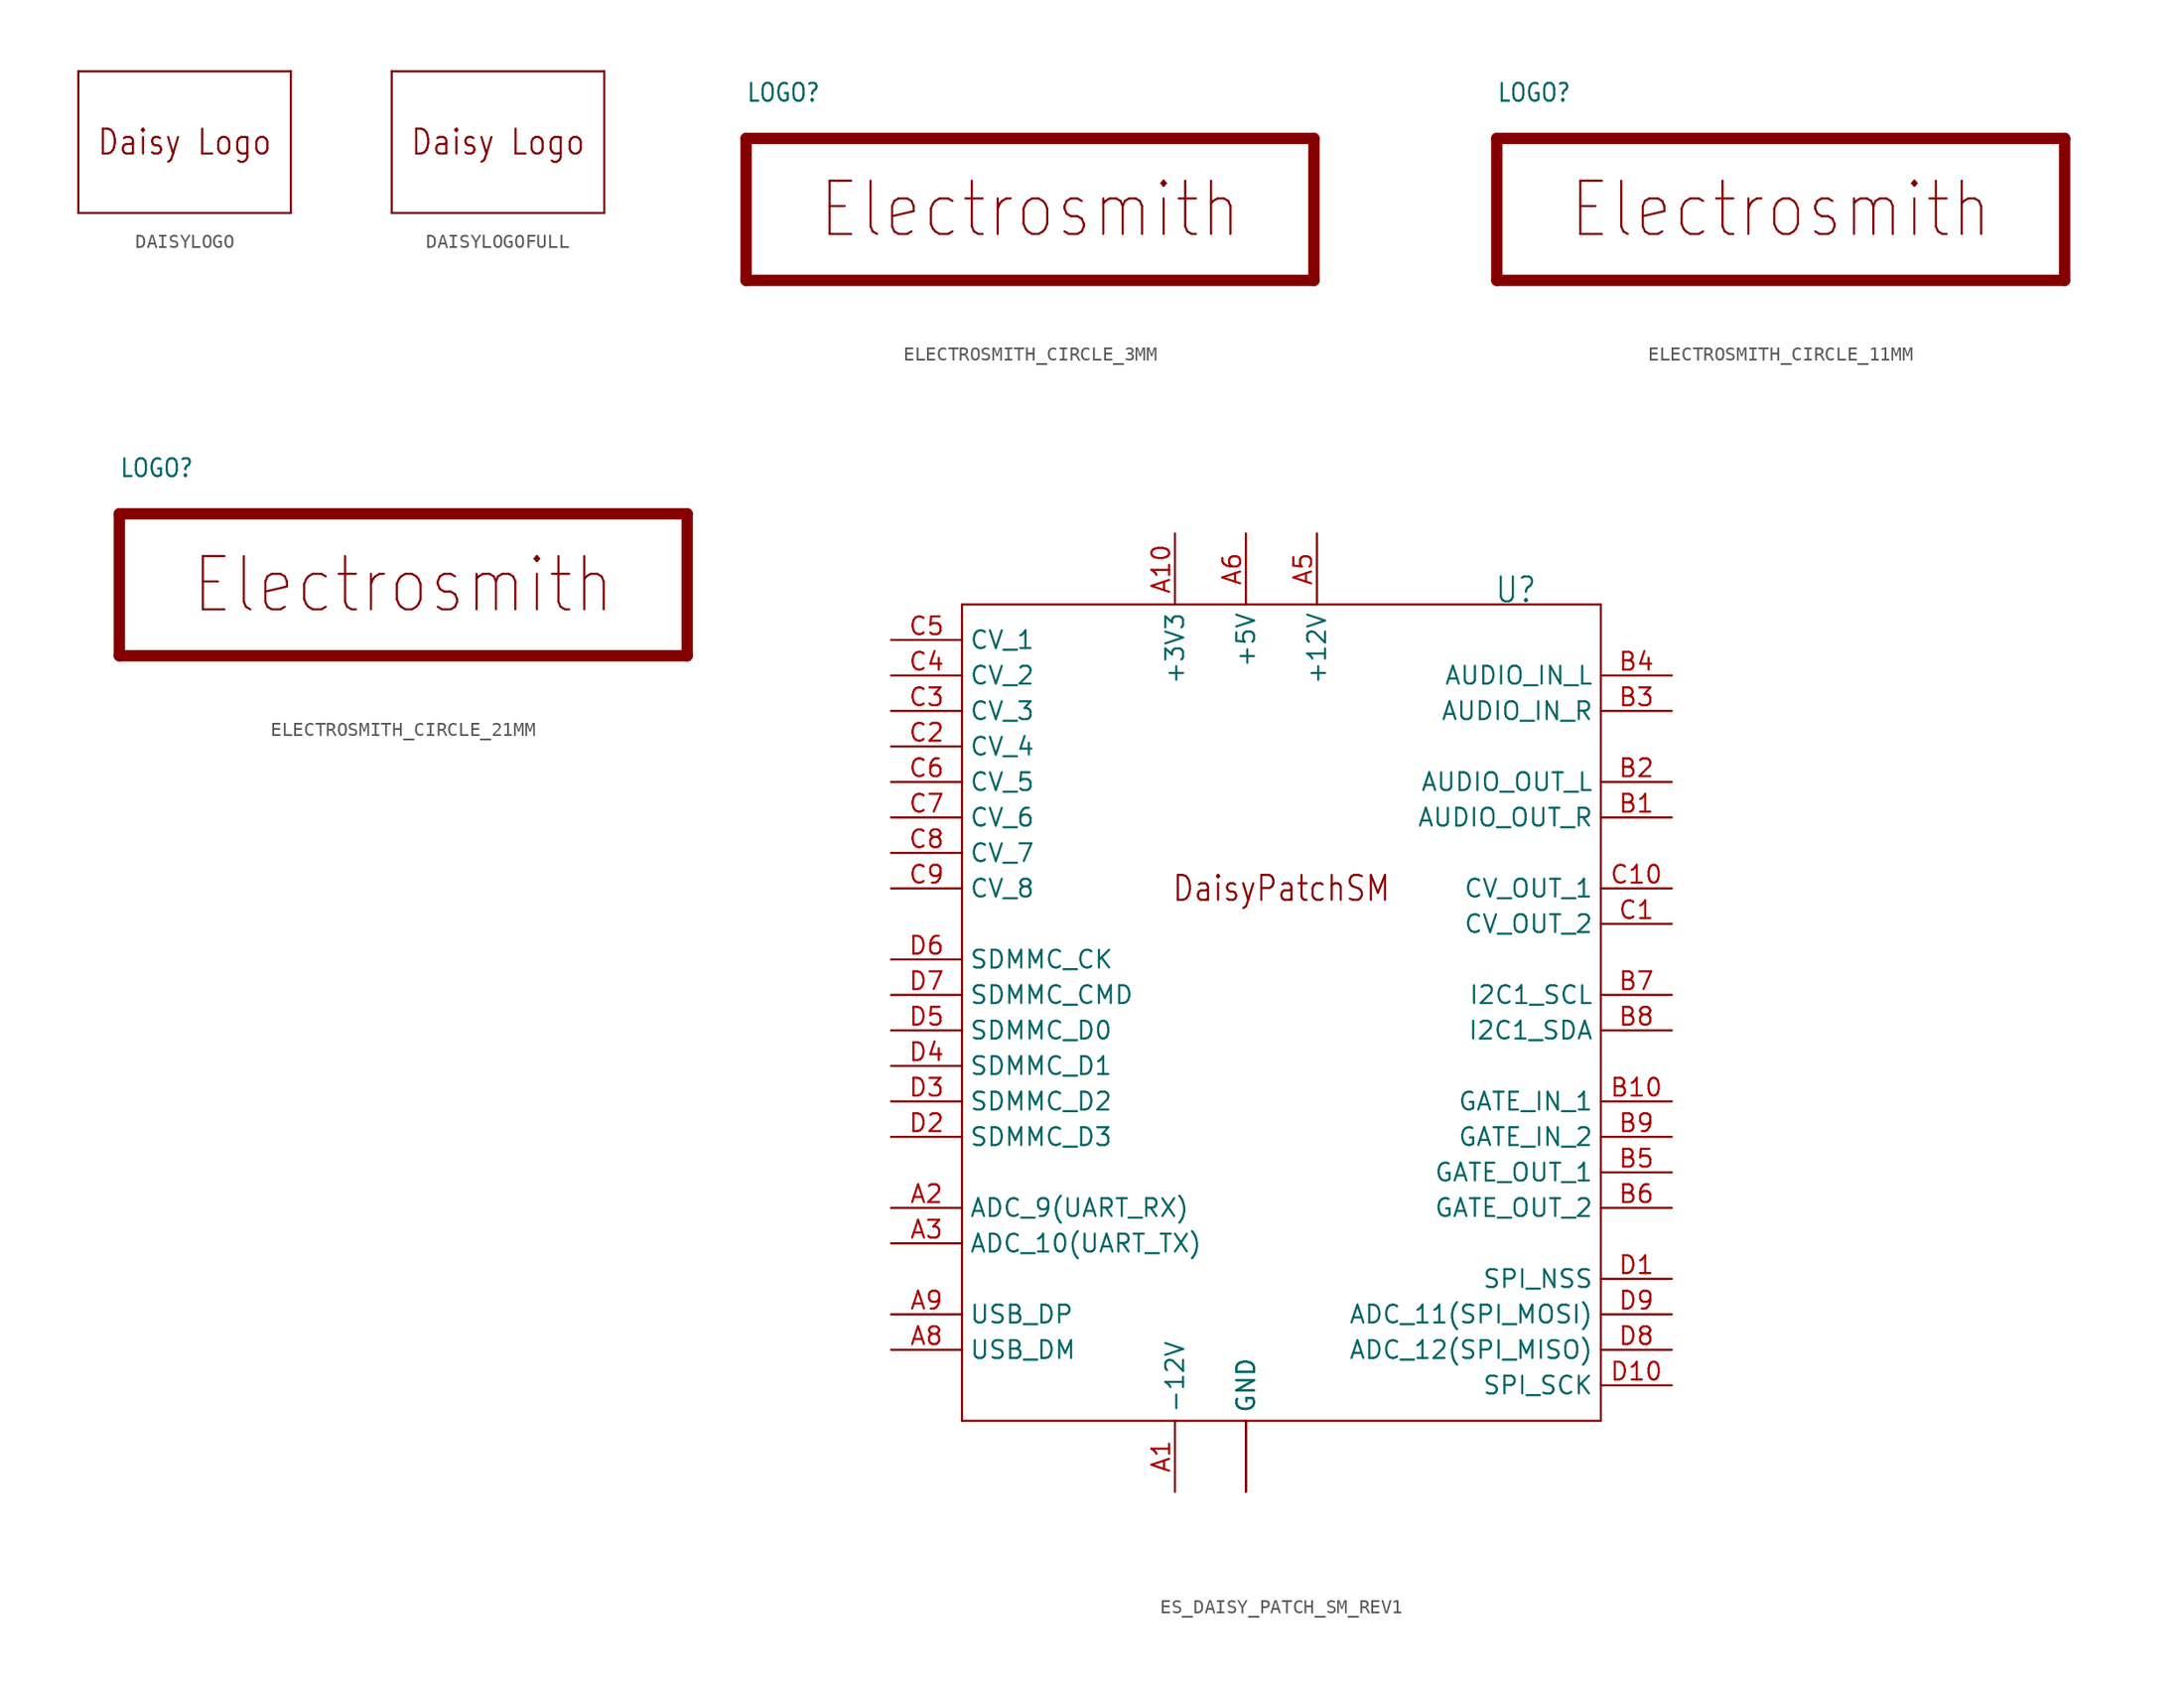
<source format=kicad_sym>
(kicad_symbol_lib
  (version 20231120)
  (generator "kicad_symbol_editor")
  (generator_version "8.0")
  (symbol "DAISYLOGO"
    (property "Reference" ""
      (at 0 0 0)
      (effects (font (size 1.27 1.27)) (hide yes)))
    (property "ki_locked" ""
      (at 0 0 0)
      (effects (font (size 1.27 1.27))))
    (symbol "DAISYLOGO_1_0"
      (polyline (pts (xy -7.62 -5.08) (xy 7.62 -5.08)) (stroke (width 0.152) (type solid)) (fill (type none)))
      (polyline (pts (xy -7.62 5.08) (xy -7.62 -5.08)) (stroke (width 0.152) (type solid)) (fill (type none)))
      (polyline (pts (xy 7.62 -5.08) (xy 7.62 5.08)) (stroke (width 0.152) (type solid)) (fill (type none)))
      (polyline (pts (xy 7.62 5.08) (xy -7.62 5.08)) (stroke (width 0.152) (type solid)) (fill (type none)))
      (text "Daisy Logo" (at 0 0 0) (effects (font (size 1.778 1.511))))))
  (symbol "DAISYLOGOFULL"
    (property "Reference" ""
      (at 0 0 0)
      (effects (font (size 1.27 1.27)) (hide yes)))
    (property "ki_locked" ""
      (at 0 0 0)
      (effects (font (size 1.27 1.27))))
    (symbol "DAISYLOGOFULL_1_0"
      (polyline (pts (xy -7.62 -5.08) (xy 7.62 -5.08)) (stroke (width 0.152) (type solid)) (fill (type none)))
      (polyline (pts (xy -7.62 5.08) (xy -7.62 -5.08)) (stroke (width 0.152) (type solid)) (fill (type none)))
      (polyline (pts (xy 7.62 -5.08) (xy 7.62 5.08)) (stroke (width 0.152) (type solid)) (fill (type none)))
      (polyline (pts (xy 7.62 5.08) (xy -7.62 5.08)) (stroke (width 0.152) (type solid)) (fill (type none)))
      (text "Daisy Logo" (at 0 0 0) (effects (font (size 1.778 1.511))))))
  (symbol "ELECTROSMITH_CIRCLE_3MM"
    (property "Reference" "LOGO"
      (at -20.32 7.62 0)
      (effects (font (size 1.27 1.079)) (justify left bottom)))
    (property "Value" ""
      (at -20.32 -7.62 0)
      (effects (font (size 1.27 1.079)) (justify left bottom)))
    (property "ki_locked" ""
      (at 0 0 0)
      (effects (font (size 1.27 1.27))))
    (symbol "ELECTROSMITH_CIRCLE_3MM_1_0"
      (polyline (pts (xy -20.32 -5.08) (xy -20.32 5.08)) (stroke (width 0.813) (type solid)) (fill (type none)))
      (polyline (pts (xy -20.32 5.08) (xy 20.32 5.08)) (stroke (width 0.813) (type solid)) (fill (type none)))
      (polyline (pts (xy 20.32 -5.08) (xy -20.32 -5.08)) (stroke (width 0.813) (type solid)) (fill (type none)))
      (polyline (pts (xy 20.32 5.08) (xy 20.32 -5.08)) (stroke (width 0.813) (type solid)) (fill (type none)))
      (text "Electrosmith" (at 0 0 0) (effects (font (size 3.81 3.239))))))
  (symbol "ELECTROSMITH_CIRCLE_11MM"
    (property "Reference" "LOGO"
      (at -20.32 7.62 0)
      (effects (font (size 1.27 1.079)) (justify left bottom)))
    (property "Value" ""
      (at -20.32 -7.62 0)
      (effects (font (size 1.27 1.079)) (justify left bottom)))
    (property "ki_locked" ""
      (at 0 0 0)
      (effects (font (size 1.27 1.27))))
    (symbol "ELECTROSMITH_CIRCLE_11MM_1_0"
      (polyline (pts (xy -20.32 -5.08) (xy -20.32 5.08)) (stroke (width 0.813) (type solid)) (fill (type none)))
      (polyline (pts (xy -20.32 5.08) (xy 20.32 5.08)) (stroke (width 0.813) (type solid)) (fill (type none)))
      (polyline (pts (xy 20.32 -5.08) (xy -20.32 -5.08)) (stroke (width 0.813) (type solid)) (fill (type none)))
      (polyline (pts (xy 20.32 5.08) (xy 20.32 -5.08)) (stroke (width 0.813) (type solid)) (fill (type none)))
      (text "Electrosmith" (at 0 0 0) (effects (font (size 3.81 3.239))))))
  (symbol "ELECTROSMITH_CIRCLE_21MM"
    (property "Reference" "LOGO"
      (at -20.32 7.62 0)
      (effects (font (size 1.27 1.079)) (justify left bottom)))
    (property "Value" ""
      (at -20.32 -7.62 0)
      (effects (font (size 1.27 1.079)) (justify left bottom)))
    (property "ki_locked" ""
      (at 0 0 0)
      (effects (font (size 1.27 1.27))))
    (symbol "ELECTROSMITH_CIRCLE_21MM_1_0"
      (polyline (pts (xy -20.32 -5.08) (xy -20.32 5.08)) (stroke (width 0.813) (type solid)) (fill (type none)))
      (polyline (pts (xy -20.32 5.08) (xy 20.32 5.08)) (stroke (width 0.813) (type solid)) (fill (type none)))
      (polyline (pts (xy 20.32 -5.08) (xy -20.32 -5.08)) (stroke (width 0.813) (type solid)) (fill (type none)))
      (polyline (pts (xy 20.32 5.08) (xy 20.32 -5.08)) (stroke (width 0.813) (type solid)) (fill (type none)))
      (text "Electrosmith" (at 0 0 0) (effects (font (size 3.81 3.239))))))
  (symbol "ES_DAISY_PATCH_SM_REV1"
    (property "Reference" "U"
      (at 15.24 27.94 0)
      (effects (font (size 1.778 1.511)) (justify left bottom)))
    (property "ki_locked" ""
      (at 0 0 0)
      (effects (font (size 1.27 1.27))))
    (symbol "ES_DAISY_PATCH_SM_REV1_1_0"
      (polyline (pts (xy -22.86 -30.48) (xy 22.86 -30.48)) (stroke (width 0.152) (type solid)) (fill (type none)))
      (polyline (pts (xy -22.86 27.94) (xy -22.86 -30.48)) (stroke (width 0.152) (type solid)) (fill (type none)))
      (polyline (pts (xy 22.86 -30.48) (xy 22.86 27.94)) (stroke (width 0.152) (type solid)) (fill (type none)))
      (polyline (pts (xy 22.86 27.94) (xy -22.86 27.94)) (stroke (width 0.152) (type solid)) (fill (type none)))
      (text "DaisyPatchSM" (at 0 7.62 0) (effects (font (size 1.778 1.511))))
      (pin bidirectional line (at -7.62 -35.56 90) (length 5.08) (name "-12V" (effects (font (size 1.27 1.27)))) (number "A1" (effects (font (size 1.27 1.27)))))
      (pin bidirectional line (at -7.62 33.02 270) (length 5.08) (name "+3V3" (effects (font (size 1.27 1.27)))) (number "A10" (effects (font (size 1.27 1.27)))))
      (pin bidirectional line (at -27.94 -15.24 0) (length 5.08) (name "ADC_9(UART_RX)" (effects (font (size 1.27 1.27)))) (number "A2" (effects (font (size 1.27 1.27)))))
      (pin bidirectional line (at -27.94 -17.78 0) (length 5.08) (name "ADC_10(UART_TX)" (effects (font (size 1.27 1.27)))) (number "A3" (effects (font (size 1.27 1.27)))))
      (pin bidirectional line (at -2.54 -35.56 90) (length 5.08) (name "GND" (effects (font (size 1.27 1.27)))) (number "A4" (effects (font (size 0 0)))))
      (pin bidirectional line (at 2.54 33.02 270) (length 5.08) (name "+12V" (effects (font (size 1.27 1.27)))) (number "A5" (effects (font (size 1.27 1.27)))))
      (pin bidirectional line (at -2.54 33.02 270) (length 5.08) (name "+5V" (effects (font (size 1.27 1.27)))) (number "A6" (effects (font (size 1.27 1.27)))))
      (pin bidirectional line (at -2.54 -35.56 90) (length 5.08) (name "GND" (effects (font (size 1.27 1.27)))) (number "A7" (effects (font (size 0 0)))))
      (pin bidirectional line (at -27.94 -25.4 0) (length 5.08) (name "USB_DM" (effects (font (size 1.27 1.27)))) (number "A8" (effects (font (size 1.27 1.27)))))
      (pin bidirectional line (at -27.94 -22.86 0) (length 5.08) (name "USB_DP" (effects (font (size 1.27 1.27)))) (number "A9" (effects (font (size 1.27 1.27)))))
      (pin bidirectional line (at 27.94 12.7 180) (length 5.08) (name "AUDIO_OUT_R" (effects (font (size 1.27 1.27)))) (number "B1" (effects (font (size 1.27 1.27)))))
      (pin bidirectional line (at 27.94 -7.62 180) (length 5.08) (name "GATE_IN_1" (effects (font (size 1.27 1.27)))) (number "B10" (effects (font (size 1.27 1.27)))))
      (pin bidirectional line (at 27.94 15.24 180) (length 5.08) (name "AUDIO_OUT_L" (effects (font (size 1.27 1.27)))) (number "B2" (effects (font (size 1.27 1.27)))))
      (pin bidirectional line (at 27.94 20.32 180) (length 5.08) (name "AUDIO_IN_R" (effects (font (size 1.27 1.27)))) (number "B3" (effects (font (size 1.27 1.27)))))
      (pin bidirectional line (at 27.94 22.86 180) (length 5.08) (name "AUDIO_IN_L" (effects (font (size 1.27 1.27)))) (number "B4" (effects (font (size 1.27 1.27)))))
      (pin bidirectional line (at 27.94 -12.7 180) (length 5.08) (name "GATE_OUT_1" (effects (font (size 1.27 1.27)))) (number "B5" (effects (font (size 1.27 1.27)))))
      (pin bidirectional line (at 27.94 -15.24 180) (length 5.08) (name "GATE_OUT_2" (effects (font (size 1.27 1.27)))) (number "B6" (effects (font (size 1.27 1.27)))))
      (pin bidirectional line (at 27.94 0 180) (length 5.08) (name "I2C1_SCL" (effects (font (size 1.27 1.27)))) (number "B7" (effects (font (size 1.27 1.27)))))
      (pin bidirectional line (at 27.94 -2.54 180) (length 5.08) (name "I2C1_SDA" (effects (font (size 1.27 1.27)))) (number "B8" (effects (font (size 1.27 1.27)))))
      (pin bidirectional line (at 27.94 -10.16 180) (length 5.08) (name "GATE_IN_2" (effects (font (size 1.27 1.27)))) (number "B9" (effects (font (size 1.27 1.27)))))
      (pin bidirectional line (at 27.94 5.08 180) (length 5.08) (name "CV_OUT_2" (effects (font (size 1.27 1.27)))) (number "C1" (effects (font (size 1.27 1.27)))))
      (pin bidirectional line (at 27.94 7.62 180) (length 5.08) (name "CV_OUT_1" (effects (font (size 1.27 1.27)))) (number "C10" (effects (font (size 1.27 1.27)))))
      (pin bidirectional line (at -27.94 17.78 0) (length 5.08) (name "CV_4" (effects (font (size 1.27 1.27)))) (number "C2" (effects (font (size 1.27 1.27)))))
      (pin bidirectional line (at -27.94 20.32 0) (length 5.08) (name "CV_3" (effects (font (size 1.27 1.27)))) (number "C3" (effects (font (size 1.27 1.27)))))
      (pin bidirectional line (at -27.94 22.86 0) (length 5.08) (name "CV_2" (effects (font (size 1.27 1.27)))) (number "C4" (effects (font (size 1.27 1.27)))))
      (pin bidirectional line (at -27.94 25.4 0) (length 5.08) (name "CV_1" (effects (font (size 1.27 1.27)))) (number "C5" (effects (font (size 1.27 1.27)))))
      (pin bidirectional line (at -27.94 15.24 0) (length 5.08) (name "CV_5" (effects (font (size 1.27 1.27)))) (number "C6" (effects (font (size 1.27 1.27)))))
      (pin bidirectional line (at -27.94 12.7 0) (length 5.08) (name "CV_6" (effects (font (size 1.27 1.27)))) (number "C7" (effects (font (size 1.27 1.27)))))
      (pin bidirectional line (at -27.94 10.16 0) (length 5.08) (name "CV_7" (effects (font (size 1.27 1.27)))) (number "C8" (effects (font (size 1.27 1.27)))))
      (pin bidirectional line (at -27.94 7.62 0) (length 5.08) (name "CV_8" (effects (font (size 1.27 1.27)))) (number "C9" (effects (font (size 1.27 1.27)))))
      (pin bidirectional line (at 27.94 -20.32 180) (length 5.08) (name "SPI_NSS" (effects (font (size 1.27 1.27)))) (number "D1" (effects (font (size 1.27 1.27)))))
      (pin bidirectional line (at 27.94 -27.94 180) (length 5.08) (name "SPI_SCK" (effects (font (size 1.27 1.27)))) (number "D10" (effects (font (size 1.27 1.27)))))
      (pin bidirectional line (at -27.94 -10.16 0) (length 5.08) (name "SDMMC_D3" (effects (font (size 1.27 1.27)))) (number "D2" (effects (font (size 1.27 1.27)))))
      (pin bidirectional line (at -27.94 -7.62 0) (length 5.08) (name "SDMMC_D2" (effects (font (size 1.27 1.27)))) (number "D3" (effects (font (size 1.27 1.27)))))
      (pin bidirectional line (at -27.94 -5.08 0) (length 5.08) (name "SDMMC_D1" (effects (font (size 1.27 1.27)))) (number "D4" (effects (font (size 1.27 1.27)))))
      (pin bidirectional line (at -27.94 -2.54 0) (length 5.08) (name "SDMMC_D0" (effects (font (size 1.27 1.27)))) (number "D5" (effects (font (size 1.27 1.27)))))
      (pin bidirectional line (at -27.94 2.54 0) (length 5.08) (name "SDMMC_CK" (effects (font (size 1.27 1.27)))) (number "D6" (effects (font (size 1.27 1.27)))))
      (pin bidirectional line (at -27.94 0 0) (length 5.08) (name "SDMMC_CMD" (effects (font (size 1.27 1.27)))) (number "D7" (effects (font (size 1.27 1.27)))))
      (pin bidirectional line (at 27.94 -25.4 180) (length 5.08) (name "ADC_12(SPI_MISO)" (effects (font (size 1.27 1.27)))) (number "D8" (effects (font (size 1.27 1.27)))))
      (pin bidirectional line (at 27.94 -22.86 180) (length 5.08) (name "ADC_11(SPI_MOSI)" (effects (font (size 1.27 1.27)))) (number "D9" (effects (font (size 1.27 1.27))))))))
</source>
